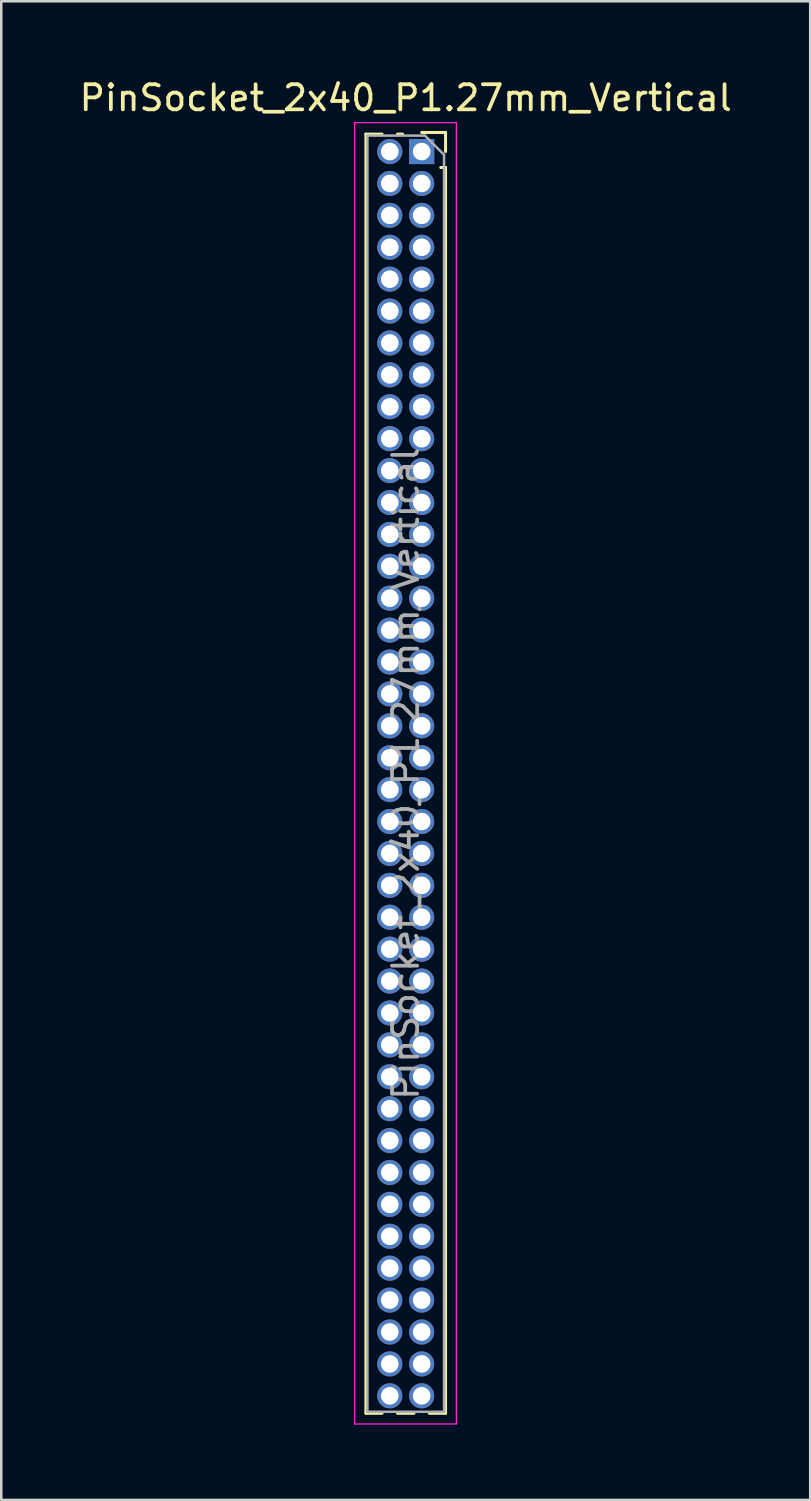
<source format=kicad_pcb>
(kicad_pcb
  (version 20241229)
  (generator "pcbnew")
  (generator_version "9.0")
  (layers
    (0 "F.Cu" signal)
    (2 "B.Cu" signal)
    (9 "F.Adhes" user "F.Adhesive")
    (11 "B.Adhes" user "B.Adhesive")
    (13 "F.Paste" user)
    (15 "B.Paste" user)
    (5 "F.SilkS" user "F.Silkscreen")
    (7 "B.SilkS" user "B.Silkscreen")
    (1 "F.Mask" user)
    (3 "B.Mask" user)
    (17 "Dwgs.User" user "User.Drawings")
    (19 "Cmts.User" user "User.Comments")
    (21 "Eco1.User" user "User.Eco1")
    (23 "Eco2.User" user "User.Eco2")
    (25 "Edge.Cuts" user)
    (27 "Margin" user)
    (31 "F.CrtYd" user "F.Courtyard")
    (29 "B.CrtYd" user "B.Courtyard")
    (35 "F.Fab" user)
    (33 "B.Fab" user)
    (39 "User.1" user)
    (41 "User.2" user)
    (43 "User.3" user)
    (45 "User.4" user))
  (footprint "PinSocket_2x40_P1.27mm_Vertical"
    (layer "F.Cu")
    (at 13.736 2.983)
    (property "Reference" "PinSocket_2x40_P1.27mm_Vertical" (at -0.635 -2.135 0) (layer "F.SilkS") (effects (font (size 1 1) (thickness 0.15))))
    (attr through_hole)
    (fp_line (start -2.22 -0.695) (end -2.22 50.225) (stroke (width 0.12) (type solid)) (layer "F.SilkS"))
    (fp_line (start -2.22 -0.695) (end -1.578 -0.695) (stroke (width 0.12) (type solid)) (layer "F.SilkS"))
    (fp_line (start -2.22 50.225) (end -1.578 50.225) (stroke (width 0.12) (type solid)) (layer "F.SilkS"))
    (fp_line (start -0.962 -0.695) (end -0.76 -0.695) (stroke (width 0.12) (type solid)) (layer "F.SilkS"))
    (fp_line (start -0.962 50.225) (end -0.308 50.225) (stroke (width 0.12) (type solid)) (layer "F.SilkS"))
    (fp_line (start 0 -0.76) (end 0.95 -0.76) (stroke (width 0.12) (type solid)) (layer "F.SilkS"))
    (fp_line (start 0.308 50.225) (end 0.95 50.225) (stroke (width 0.12) (type solid)) (layer "F.SilkS"))
    (fp_line (start 0.76 0.635) (end 0.95 0.635) (stroke (width 0.12) (type solid)) (layer "F.SilkS"))
    (fp_line (start 0.95 -0.76) (end 0.95 0) (stroke (width 0.12) (type solid)) (layer "F.SilkS"))
    (fp_line (start 0.95 0.635) (end 0.95 50.225) (stroke (width 0.12) (type solid)) (layer "F.SilkS"))
    (fp_line (start -2.67 -1.15) (end 1.38 -1.15) (stroke (width 0.05) (type solid)) (layer "F.CrtYd"))
    (fp_line (start -2.67 50.65) (end -2.67 -1.15) (stroke (width 0.05) (type solid)) (layer "F.CrtYd"))
    (fp_line (start 1.38 -1.15) (end 1.38 50.65) (stroke (width 0.05) (type solid)) (layer "F.CrtYd"))
    (fp_line (start 1.38 50.65) (end -2.67 50.65) (stroke (width 0.05) (type solid)) (layer "F.CrtYd"))
    (fp_line (start -2.16 -0.635) (end 0.128 -0.635) (stroke (width 0.1) (type solid)) (layer "F.Fab"))
    (fp_line (start -2.16 50.165) (end -2.16 -0.635) (stroke (width 0.1) (type solid)) (layer "F.Fab"))
    (fp_line (start 0.128 -0.635) (end 0.89 0.128) (stroke (width 0.1) (type solid)) (layer "F.Fab"))
    (fp_line (start 0.89 0.128) (end 0.89 50.165) (stroke (width 0.1) (type solid)) (layer "F.Fab"))
    (fp_line (start 0.89 50.165) (end -2.16 50.165) (stroke (width 0.1) (type solid)) (layer "F.Fab"))
    (fp_text user "${REFERENCE}" (at -0.635 24.765 90) (layer "F.Fab") (effects (font (size 1 1) (thickness 0.15))))
    (pad "1" thru_hole rect (at 0 0) (size 1 1) (drill 0.7) (layers "*.Cu" "*.Mask"))
    (pad "2" thru_hole oval (at -1.27 0) (size 1 1) (drill 0.7) (layers "*.Cu" "*.Mask"))
    (pad "3" thru_hole oval (at 0 1.27) (size 1 1) (drill 0.7) (layers "*.Cu" "*.Mask"))
    (pad "4" thru_hole oval (at -1.27 1.27) (size 1 1) (drill 0.7) (layers "*.Cu" "*.Mask"))
    (pad "5" thru_hole oval (at 0 2.54) (size 1 1) (drill 0.7) (layers "*.Cu" "*.Mask"))
    (pad "6" thru_hole oval (at -1.27 2.54) (size 1 1) (drill 0.7) (layers "*.Cu" "*.Mask"))
    (pad "7" thru_hole oval (at 0 3.81) (size 1 1) (drill 0.7) (layers "*.Cu" "*.Mask"))
    (pad "8" thru_hole oval (at -1.27 3.81) (size 1 1) (drill 0.7) (layers "*.Cu" "*.Mask"))
    (pad "9" thru_hole oval (at 0 5.08) (size 1 1) (drill 0.7) (layers "*.Cu" "*.Mask"))
    (pad "10" thru_hole oval (at -1.27 5.08) (size 1 1) (drill 0.7) (layers "*.Cu" "*.Mask"))
    (pad "11" thru_hole oval (at 0 6.35) (size 1 1) (drill 0.7) (layers "*.Cu" "*.Mask"))
    (pad "12" thru_hole oval (at -1.27 6.35) (size 1 1) (drill 0.7) (layers "*.Cu" "*.Mask"))
    (pad "13" thru_hole oval (at 0 7.62) (size 1 1) (drill 0.7) (layers "*.Cu" "*.Mask"))
    (pad "14" thru_hole oval (at -1.27 7.62) (size 1 1) (drill 0.7) (layers "*.Cu" "*.Mask"))
    (pad "15" thru_hole oval (at 0 8.89) (size 1 1) (drill 0.7) (layers "*.Cu" "*.Mask"))
    (pad "16" thru_hole oval (at -1.27 8.89) (size 1 1) (drill 0.7) (layers "*.Cu" "*.Mask"))
    (pad "17" thru_hole oval (at 0 10.16) (size 1 1) (drill 0.7) (layers "*.Cu" "*.Mask"))
    (pad "18" thru_hole oval (at -1.27 10.16) (size 1 1) (drill 0.7) (layers "*.Cu" "*.Mask"))
    (pad "19" thru_hole oval (at 0 11.43) (size 1 1) (drill 0.7) (layers "*.Cu" "*.Mask"))
    (pad "20" thru_hole oval (at -1.27 11.43) (size 1 1) (drill 0.7) (layers "*.Cu" "*.Mask"))
    (pad "21" thru_hole oval (at 0 12.7) (size 1 1) (drill 0.7) (layers "*.Cu" "*.Mask"))
    (pad "22" thru_hole oval (at -1.27 12.7) (size 1 1) (drill 0.7) (layers "*.Cu" "*.Mask"))
    (pad "23" thru_hole oval (at 0 13.97) (size 1 1) (drill 0.7) (layers "*.Cu" "*.Mask"))
    (pad "24" thru_hole oval (at -1.27 13.97) (size 1 1) (drill 0.7) (layers "*.Cu" "*.Mask"))
    (pad "25" thru_hole oval (at 0 15.24) (size 1 1) (drill 0.7) (layers "*.Cu" "*.Mask"))
    (pad "26" thru_hole oval (at -1.27 15.24) (size 1 1) (drill 0.7) (layers "*.Cu" "*.Mask"))
    (pad "27" thru_hole oval (at 0 16.51) (size 1 1) (drill 0.7) (layers "*.Cu" "*.Mask"))
    (pad "28" thru_hole oval (at -1.27 16.51) (size 1 1) (drill 0.7) (layers "*.Cu" "*.Mask"))
    (pad "29" thru_hole oval (at 0 17.78) (size 1 1) (drill 0.7) (layers "*.Cu" "*.Mask"))
    (pad "30" thru_hole oval (at -1.27 17.78) (size 1 1) (drill 0.7) (layers "*.Cu" "*.Mask"))
    (pad "31" thru_hole oval (at 0 19.05) (size 1 1) (drill 0.7) (layers "*.Cu" "*.Mask"))
    (pad "32" thru_hole oval (at -1.27 19.05) (size 1 1) (drill 0.7) (layers "*.Cu" "*.Mask"))
    (pad "33" thru_hole oval (at 0 20.32) (size 1 1) (drill 0.7) (layers "*.Cu" "*.Mask"))
    (pad "34" thru_hole oval (at -1.27 20.32) (size 1 1) (drill 0.7) (layers "*.Cu" "*.Mask"))
    (pad "35" thru_hole oval (at 0 21.59) (size 1 1) (drill 0.7) (layers "*.Cu" "*.Mask"))
    (pad "36" thru_hole oval (at -1.27 21.59) (size 1 1) (drill 0.7) (layers "*.Cu" "*.Mask"))
    (pad "37" thru_hole oval (at 0 22.86) (size 1 1) (drill 0.7) (layers "*.Cu" "*.Mask"))
    (pad "38" thru_hole oval (at -1.27 22.86) (size 1 1) (drill 0.7) (layers "*.Cu" "*.Mask"))
    (pad "39" thru_hole oval (at 0 24.13) (size 1 1) (drill 0.7) (layers "*.Cu" "*.Mask"))
    (pad "40" thru_hole oval (at -1.27 24.13) (size 1 1) (drill 0.7) (layers "*.Cu" "*.Mask"))
    (pad "41" thru_hole oval (at 0 25.4) (size 1 1) (drill 0.7) (layers "*.Cu" "*.Mask"))
    (pad "42" thru_hole oval (at -1.27 25.4) (size 1 1) (drill 0.7) (layers "*.Cu" "*.Mask"))
    (pad "43" thru_hole oval (at 0 26.67) (size 1 1) (drill 0.7) (layers "*.Cu" "*.Mask"))
    (pad "44" thru_hole oval (at -1.27 26.67) (size 1 1) (drill 0.7) (layers "*.Cu" "*.Mask"))
    (pad "45" thru_hole oval (at 0 27.94) (size 1 1) (drill 0.7) (layers "*.Cu" "*.Mask"))
    (pad "46" thru_hole oval (at -1.27 27.94) (size 1 1) (drill 0.7) (layers "*.Cu" "*.Mask"))
    (pad "47" thru_hole oval (at 0 29.21) (size 1 1) (drill 0.7) (layers "*.Cu" "*.Mask"))
    (pad "48" thru_hole oval (at -1.27 29.21) (size 1 1) (drill 0.7) (layers "*.Cu" "*.Mask"))
    (pad "49" thru_hole oval (at 0 30.48) (size 1 1) (drill 0.7) (layers "*.Cu" "*.Mask"))
    (pad "50" thru_hole oval (at -1.27 30.48) (size 1 1) (drill 0.7) (layers "*.Cu" "*.Mask"))
    (pad "51" thru_hole oval (at 0 31.75) (size 1 1) (drill 0.7) (layers "*.Cu" "*.Mask"))
    (pad "52" thru_hole oval (at -1.27 31.75) (size 1 1) (drill 0.7) (layers "*.Cu" "*.Mask"))
    (pad "53" thru_hole oval (at 0 33.02) (size 1 1) (drill 0.7) (layers "*.Cu" "*.Mask"))
    (pad "54" thru_hole oval (at -1.27 33.02) (size 1 1) (drill 0.7) (layers "*.Cu" "*.Mask"))
    (pad "55" thru_hole oval (at 0 34.29) (size 1 1) (drill 0.7) (layers "*.Cu" "*.Mask"))
    (pad "56" thru_hole oval (at -1.27 34.29) (size 1 1) (drill 0.7) (layers "*.Cu" "*.Mask"))
    (pad "57" thru_hole oval (at 0 35.56) (size 1 1) (drill 0.7) (layers "*.Cu" "*.Mask"))
    (pad "58" thru_hole oval (at -1.27 35.56) (size 1 1) (drill 0.7) (layers "*.Cu" "*.Mask"))
    (pad "59" thru_hole oval (at 0 36.83) (size 1 1) (drill 0.7) (layers "*.Cu" "*.Mask"))
    (pad "60" thru_hole oval (at -1.27 36.83) (size 1 1) (drill 0.7) (layers "*.Cu" "*.Mask"))
    (pad "61" thru_hole oval (at 0 38.1) (size 1 1) (drill 0.7) (layers "*.Cu" "*.Mask"))
    (pad "62" thru_hole oval (at -1.27 38.1) (size 1 1) (drill 0.7) (layers "*.Cu" "*.Mask"))
    (pad "63" thru_hole oval (at 0 39.37) (size 1 1) (drill 0.7) (layers "*.Cu" "*.Mask"))
    (pad "64" thru_hole oval (at -1.27 39.37) (size 1 1) (drill 0.7) (layers "*.Cu" "*.Mask"))
    (pad "65" thru_hole oval (at 0 40.64) (size 1 1) (drill 0.7) (layers "*.Cu" "*.Mask"))
    (pad "66" thru_hole oval (at -1.27 40.64) (size 1 1) (drill 0.7) (layers "*.Cu" "*.Mask"))
    (pad "67" thru_hole oval (at 0 41.91) (size 1 1) (drill 0.7) (layers "*.Cu" "*.Mask"))
    (pad "68" thru_hole oval (at -1.27 41.91) (size 1 1) (drill 0.7) (layers "*.Cu" "*.Mask"))
    (pad "69" thru_hole oval (at 0 43.18) (size 1 1) (drill 0.7) (layers "*.Cu" "*.Mask"))
    (pad "70" thru_hole oval (at -1.27 43.18) (size 1 1) (drill 0.7) (layers "*.Cu" "*.Mask"))
    (pad "71" thru_hole oval (at 0 44.45) (size 1 1) (drill 0.7) (layers "*.Cu" "*.Mask"))
    (pad "72" thru_hole oval (at -1.27 44.45) (size 1 1) (drill 0.7) (layers "*.Cu" "*.Mask"))
    (pad "73" thru_hole oval (at 0 45.72) (size 1 1) (drill 0.7) (layers "*.Cu" "*.Mask"))
    (pad "74" thru_hole oval (at -1.27 45.72) (size 1 1) (drill 0.7) (layers "*.Cu" "*.Mask"))
    (pad "75" thru_hole oval (at 0 46.99) (size 1 1) (drill 0.7) (layers "*.Cu" "*.Mask"))
    (pad "76" thru_hole oval (at -1.27 46.99) (size 1 1) (drill 0.7) (layers "*.Cu" "*.Mask"))
    (pad "77" thru_hole oval (at 0 48.26) (size 1 1) (drill 0.7) (layers "*.Cu" "*.Mask"))
    (pad "78" thru_hole oval (at -1.27 48.26) (size 1 1) (drill 0.7) (layers "*.Cu" "*.Mask"))
    (pad "79" thru_hole oval (at 0 49.53) (size 1 1) (drill 0.7) (layers "*.Cu" "*.Mask"))
    (pad "80" thru_hole oval (at -1.27 49.53) (size 1 1) (drill 0.7) (layers "*.Cu" "*.Mask")))
  (gr_rect
    (start -3 -3)
    (end 29.202 56.658)
    (stroke (width 0.1) (type default))
    (fill no)
    (layer "Edge.Cuts")))
</source>
